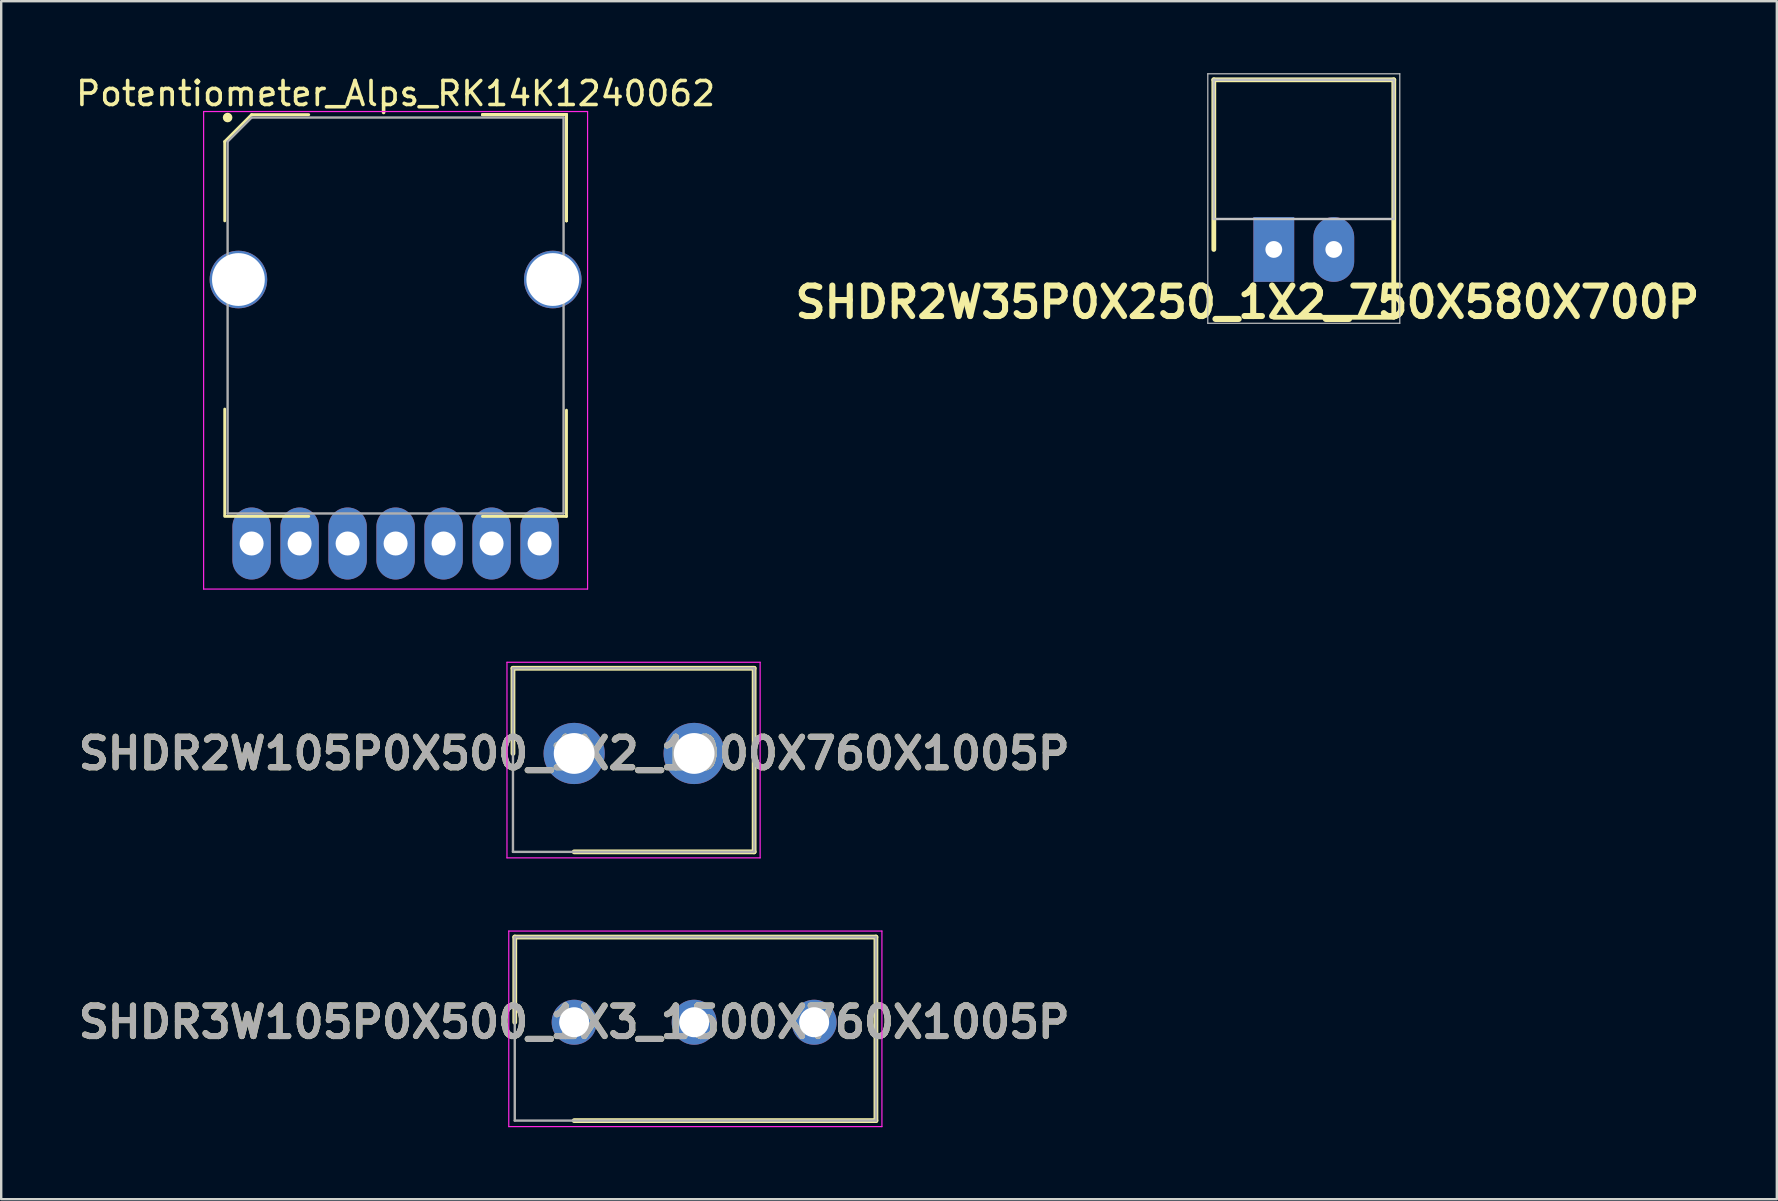
<source format=kicad_pcb>
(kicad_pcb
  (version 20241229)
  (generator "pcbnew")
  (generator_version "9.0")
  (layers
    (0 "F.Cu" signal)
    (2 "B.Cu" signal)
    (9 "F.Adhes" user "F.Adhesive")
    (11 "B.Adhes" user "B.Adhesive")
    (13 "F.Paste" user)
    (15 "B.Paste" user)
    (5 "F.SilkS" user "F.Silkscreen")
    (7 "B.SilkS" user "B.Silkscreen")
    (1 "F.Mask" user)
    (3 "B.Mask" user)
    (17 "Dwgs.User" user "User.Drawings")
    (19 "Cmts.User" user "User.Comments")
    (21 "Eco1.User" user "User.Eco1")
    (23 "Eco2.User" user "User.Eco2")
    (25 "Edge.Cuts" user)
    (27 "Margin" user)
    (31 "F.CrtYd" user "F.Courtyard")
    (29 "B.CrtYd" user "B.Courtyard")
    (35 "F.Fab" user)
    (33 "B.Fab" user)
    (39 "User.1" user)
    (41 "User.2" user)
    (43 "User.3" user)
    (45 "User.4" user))
  (footprint "SHDR2W35P0X250_1X2_750X580X700P"
    (layer "F.Cu")
    (at 50.031 7.345)
    (property "Reference" "SHDR2W35P0X250_1X2_750X580X700P" (at -1.1 2.2 0) (layer "F.SilkS") (effects (font (size 1.27 1.27) (thickness 0.254))))
    (attr through_hole)
    (fp_line (start -2.5 -7.07) (end -2.5 0) (stroke (width 0.2) (type solid)) (layer "F.SilkS"))
    (fp_line (start 0 2.825) (end 5 2.825) (stroke (width 0.2) (type solid)) (layer "F.SilkS"))
    (fp_line (start 5 -7.07) (end -2.5 -7.07) (stroke (width 0.2) (type solid)) (layer "F.SilkS"))
    (fp_line (start 5 2.825) (end 5 -7.07) (stroke (width 0.2) (type solid)) (layer "F.SilkS"))
    (fp_line (start -2.75 -7.32) (end 5.25 -7.32) (stroke (width 0.05) (type solid)) (layer "Dwgs.User"))
    (fp_line (start -2.75 3.075) (end -2.75 -7.32) (stroke (width 0.05) (type solid)) (layer "Dwgs.User"))
    (fp_line (start -2.5 -7.07) (end 5 -7.07) (stroke (width 0.1) (type solid)) (layer "Dwgs.User"))
    (fp_line (start -2.5 -1.27) (end -2.5 -7.07) (stroke (width 0.1) (type solid)) (layer "Dwgs.User"))
    (fp_line (start 5 -7.07) (end 5 -1.27) (stroke (width 0.1) (type solid)) (layer "Dwgs.User"))
    (fp_line (start 5 -1.27) (end -2.5 -1.27) (stroke (width 0.1) (type solid)) (layer "Dwgs.User"))
    (fp_line (start 5.25 -7.32) (end 5.25 3.075) (stroke (width 0.05) (type solid)) (layer "Dwgs.User"))
    (fp_line (start 5.25 3.075) (end -2.75 3.075) (stroke (width 0.05) (type solid)) (layer "Dwgs.User"))
    (pad "1" thru_hole rect (at 0 0 90) (size 2.7 1.7) (drill 0.7) (layers "*.Cu" "*.Mask"))
    (pad "2" thru_hole oval (at 2.5 0 90) (size 2.7 1.7) (drill 0.7) (layers "*.Cu" "*.Mask")))
  (footprint "Potentiometer_Alps_RK14K1240062"
    (layer "F.Cu")
    (at 13.435 8.598)
    (property "Reference" "Potentiometer_Alps_RK14K1240062" (at 0 -7.75 0) (layer "F.SilkS") (effects (font (size 1 1) (thickness 0.15))))
    (attr smd)
    (fp_line (start -7.12 -5.75) (end -7.12 -2.445) (stroke (width 0.12) (type solid)) (layer "F.SilkS"))
    (fp_line (start -7.12 9.825) (end -7.12 5.4) (stroke (width 0.12) (type solid)) (layer "F.SilkS"))
    (fp_line (start -6 -6.87) (end -7.12 -5.75) (stroke (width 0.12) (type solid)) (layer "F.SilkS"))
    (fp_line (start -3.62 -6.87) (end -6 -6.87) (stroke (width 0.12) (type solid)) (layer "F.SilkS"))
    (fp_line (start -3.62 9.87) (end -7.12 9.87) (stroke (width 0.12) (type solid)) (layer "F.SilkS"))
    (fp_line (start 3.62 -6.87) (end 7.12 -6.87) (stroke (width 0.12) (type solid)) (layer "F.SilkS"))
    (fp_line (start 3.62 -6.87) (end 7.12 -6.87) (stroke (width 0.12) (type solid)) (layer "F.SilkS"))
    (fp_line (start 3.62 -6.87) (end 7.12 -6.87) (stroke (width 0.12) (type solid)) (layer "F.SilkS"))
    (fp_line (start 3.62 9.87) (end 7.12 9.87) (stroke (width 0.12) (type solid)) (layer "F.SilkS"))
    (fp_line (start 7.12 -6.87) (end 7.12 -2.445) (stroke (width 0.12) (type solid)) (layer "F.SilkS"))
    (fp_line (start 7.12 -6.87) (end 7.12 -2.445) (stroke (width 0.12) (type solid)) (layer "F.SilkS"))
    (fp_line (start 7.12 -6.87) (end 7.12 -2.445) (stroke (width 0.12) (type solid)) (layer "F.SilkS"))
    (fp_line (start 7.12 9.87) (end 7.12 5.445) (stroke (width 0.12) (type solid)) (layer "F.SilkS"))
    (fp_circle (center -7 -6.75) (end -7 -6.65) (stroke (width 0.2) (type solid)) (fill no) (layer "F.SilkS"))
    (fp_line (start -8 -7) (end 8 -7) (stroke (width 0.05) (type solid)) (layer "F.CrtYd"))
    (fp_line (start -8 12.9) (end -8 -7) (stroke (width 0.05) (type solid)) (layer "F.CrtYd"))
    (fp_line (start 8 -7) (end 8 12.9) (stroke (width 0.05) (type solid)) (layer "F.CrtYd"))
    (fp_line (start 8 12.9) (end -8 12.9) (stroke (width 0.05) (type solid)) (layer "F.CrtYd"))
    (fp_line (start -7 -5.75) (end -7 9.75) (stroke (width 0.1) (type solid)) (layer "F.Fab"))
    (fp_line (start -7 9.75) (end 7 9.75) (stroke (width 0.1) (type solid)) (layer "F.Fab"))
    (fp_line (start -6 -6.75) (end -7 -5.75) (stroke (width 0.1) (type solid)) (layer "F.Fab"))
    (fp_line (start 7 -6.75) (end -6 -6.75) (stroke (width 0.1) (type solid)) (layer "F.Fab"))
    (fp_line (start 7 9.75) (end 7 -6.75) (stroke (width 0.1) (type solid)) (layer "F.Fab"))
    (pad "" thru_hole circle (at -6.55 0) (size 2.4 2.4) (drill 2.2) (layers "*.Cu" "*.Mask"))
    (pad "" thru_hole circle (at 6.55 0) (size 2.4 2.4) (drill 2.2) (layers "*.Cu" "*.Mask"))
    (pad "1" thru_hole oval (at -6 11) (size 1.6 3) (drill 1) (layers "*.Cu" "*.Mask"))
    (pad "2" thru_hole oval (at 0 11) (size 1.6 3) (drill 1) (layers "*.Cu" "*.Mask"))
    (pad "3" thru_hole oval (at 4 11) (size 1.6 3) (drill 1) (layers "*.Cu" "*.Mask"))
    (pad "4" thru_hole oval (at -4 11) (size 1.6 3) (drill 1) (layers "*.Cu" "*.Mask"))
    (pad "5" thru_hole oval (at -2 11) (size 1.6 3) (drill 1) (layers "*.Cu" "*.Mask"))
    (pad "6" thru_hole oval (at 2 11) (size 1.6 3) (drill 1) (layers "*.Cu" "*.Mask"))
    (pad "7" thru_hole oval (at 6 11) (size 1.6 3) (drill 1) (layers "*.Cu" "*.Mask")))
  (footprint "SHDR2W105P0X500_1X2_1000X760X1005P"
    (layer "F.Cu")
    (at 20.876 28.348)
    (property "Reference" "SHDR2W105P0X500_1X2_1000X760X1005P" (at 0 0 0) (layer "F.SilkS") (effects (font (size 1.27 1.27) (thickness 0.254))))
    (attr through_hole)
    (fp_line (start -2.55 -3.55) (end -2.55 0) (stroke (width 0.2) (type solid)) (layer "F.SilkS"))
    (fp_line (start 0 4.1) (end 7.5 4.1) (stroke (width 0.2) (type solid)) (layer "F.SilkS"))
    (fp_line (start 7.5 -3.55) (end -2.55 -3.55) (stroke (width 0.2) (type solid)) (layer "F.SilkS"))
    (fp_line (start 7.5 4.1) (end 7.5 -3.55) (stroke (width 0.2) (type solid)) (layer "F.SilkS"))
    (fp_line (start -2.8 -3.8) (end 7.75 -3.8) (stroke (width 0.05) (type solid)) (layer "F.CrtYd"))
    (fp_line (start -2.8 4.35) (end -2.8 -3.8) (stroke (width 0.05) (type solid)) (layer "F.CrtYd"))
    (fp_line (start 7.75 -3.8) (end 7.75 4.35) (stroke (width 0.05) (type solid)) (layer "F.CrtYd"))
    (fp_line (start 7.75 4.35) (end -2.8 4.35) (stroke (width 0.05) (type solid)) (layer "F.CrtYd"))
    (fp_line (start -2.55 -3.55) (end 7.5 -3.55) (stroke (width 0.1) (type solid)) (layer "F.Fab"))
    (fp_line (start -2.55 4.1) (end -2.55 -3.55) (stroke (width 0.1) (type solid)) (layer "F.Fab"))
    (fp_line (start 7.5 -3.55) (end 7.5 4.1) (stroke (width 0.1) (type solid)) (layer "F.Fab"))
    (fp_line (start 7.5 4.1) (end -2.55 4.1) (stroke (width 0.1) (type solid)) (layer "F.Fab"))
    (fp_text user "${REFERENCE}" (at 0 0 0) (layer "F.Fab") (effects (font (size 1.27 1.27) (thickness 0.254))))
    (pad "1" thru_hole circle (at 0 0) (size 2.55 2.55) (drill 1.7) (layers "*.Cu" "*.Mask"))
    (pad "2" thru_hole circle (at 5 0) (size 2.55 2.55) (drill 1.7) (layers "*.Cu" "*.Mask")))
  (footprint "SHDR3W105P0X500_1X3_1500X760X1005P"
    (layer "F.Cu")
    (at 20.876 39.548)
    (property "Reference" "SHDR3W105P0X500_1X3_1500X760X1005P" (at 0 0 0) (layer "F.SilkS") (effects (font (size 1.27 1.27) (thickness 0.254))))
    (attr through_hole)
    (fp_line (start -2.475 -3.55) (end -2.475 0) (stroke (width 0.2) (type solid)) (layer "F.SilkS"))
    (fp_line (start 0 4.1) (end 12.575 4.1) (stroke (width 0.2) (type solid)) (layer "F.SilkS"))
    (fp_line (start 12.575 -3.55) (end -2.475 -3.55) (stroke (width 0.2) (type solid)) (layer "F.SilkS"))
    (fp_line (start 12.575 4.1) (end 12.575 -3.55) (stroke (width 0.2) (type solid)) (layer "F.SilkS"))
    (fp_line (start -2.725 -3.8) (end 12.825 -3.8) (stroke (width 0.05) (type solid)) (layer "F.CrtYd"))
    (fp_line (start -2.725 4.35) (end -2.725 -3.8) (stroke (width 0.05) (type solid)) (layer "F.CrtYd"))
    (fp_line (start 12.825 -3.8) (end 12.825 4.35) (stroke (width 0.05) (type solid)) (layer "F.CrtYd"))
    (fp_line (start 12.825 4.35) (end -2.725 4.35) (stroke (width 0.05) (type solid)) (layer "F.CrtYd"))
    (fp_line (start -2.475 -3.55) (end 12.575 -3.55) (stroke (width 0.1) (type solid)) (layer "F.Fab"))
    (fp_line (start -2.475 4.1) (end -2.475 -3.55) (stroke (width 0.1) (type solid)) (layer "F.Fab"))
    (fp_line (start 12.575 -3.55) (end 12.575 4.1) (stroke (width 0.1) (type solid)) (layer "F.Fab"))
    (fp_line (start 12.575 4.1) (end -2.475 4.1) (stroke (width 0.1) (type solid)) (layer "F.Fab"))
    (fp_text user "${REFERENCE}" (at 0 0 0) (layer "F.Fab") (effects (font (size 1.27 1.27) (thickness 0.254))))
    (pad "1" thru_hole circle (at 0 0) (size 1.875 1.875) (drill 1.25) (layers "*.Cu" "*.Mask"))
    (pad "2" thru_hole circle (at 5 0) (size 1.875 1.875) (drill 1.25) (layers "*.Cu" "*.Mask"))
    (pad "3" thru_hole circle (at 10 0) (size 1.875 1.875) (drill 1.25) (layers "*.Cu" "*.Mask")))
  (gr_rect
    (start -3 -3)
    (end 70.993 46.923)
    (stroke (width 0.1) (type default))
    (fill no)
    (layer "Edge.Cuts")))
</source>
